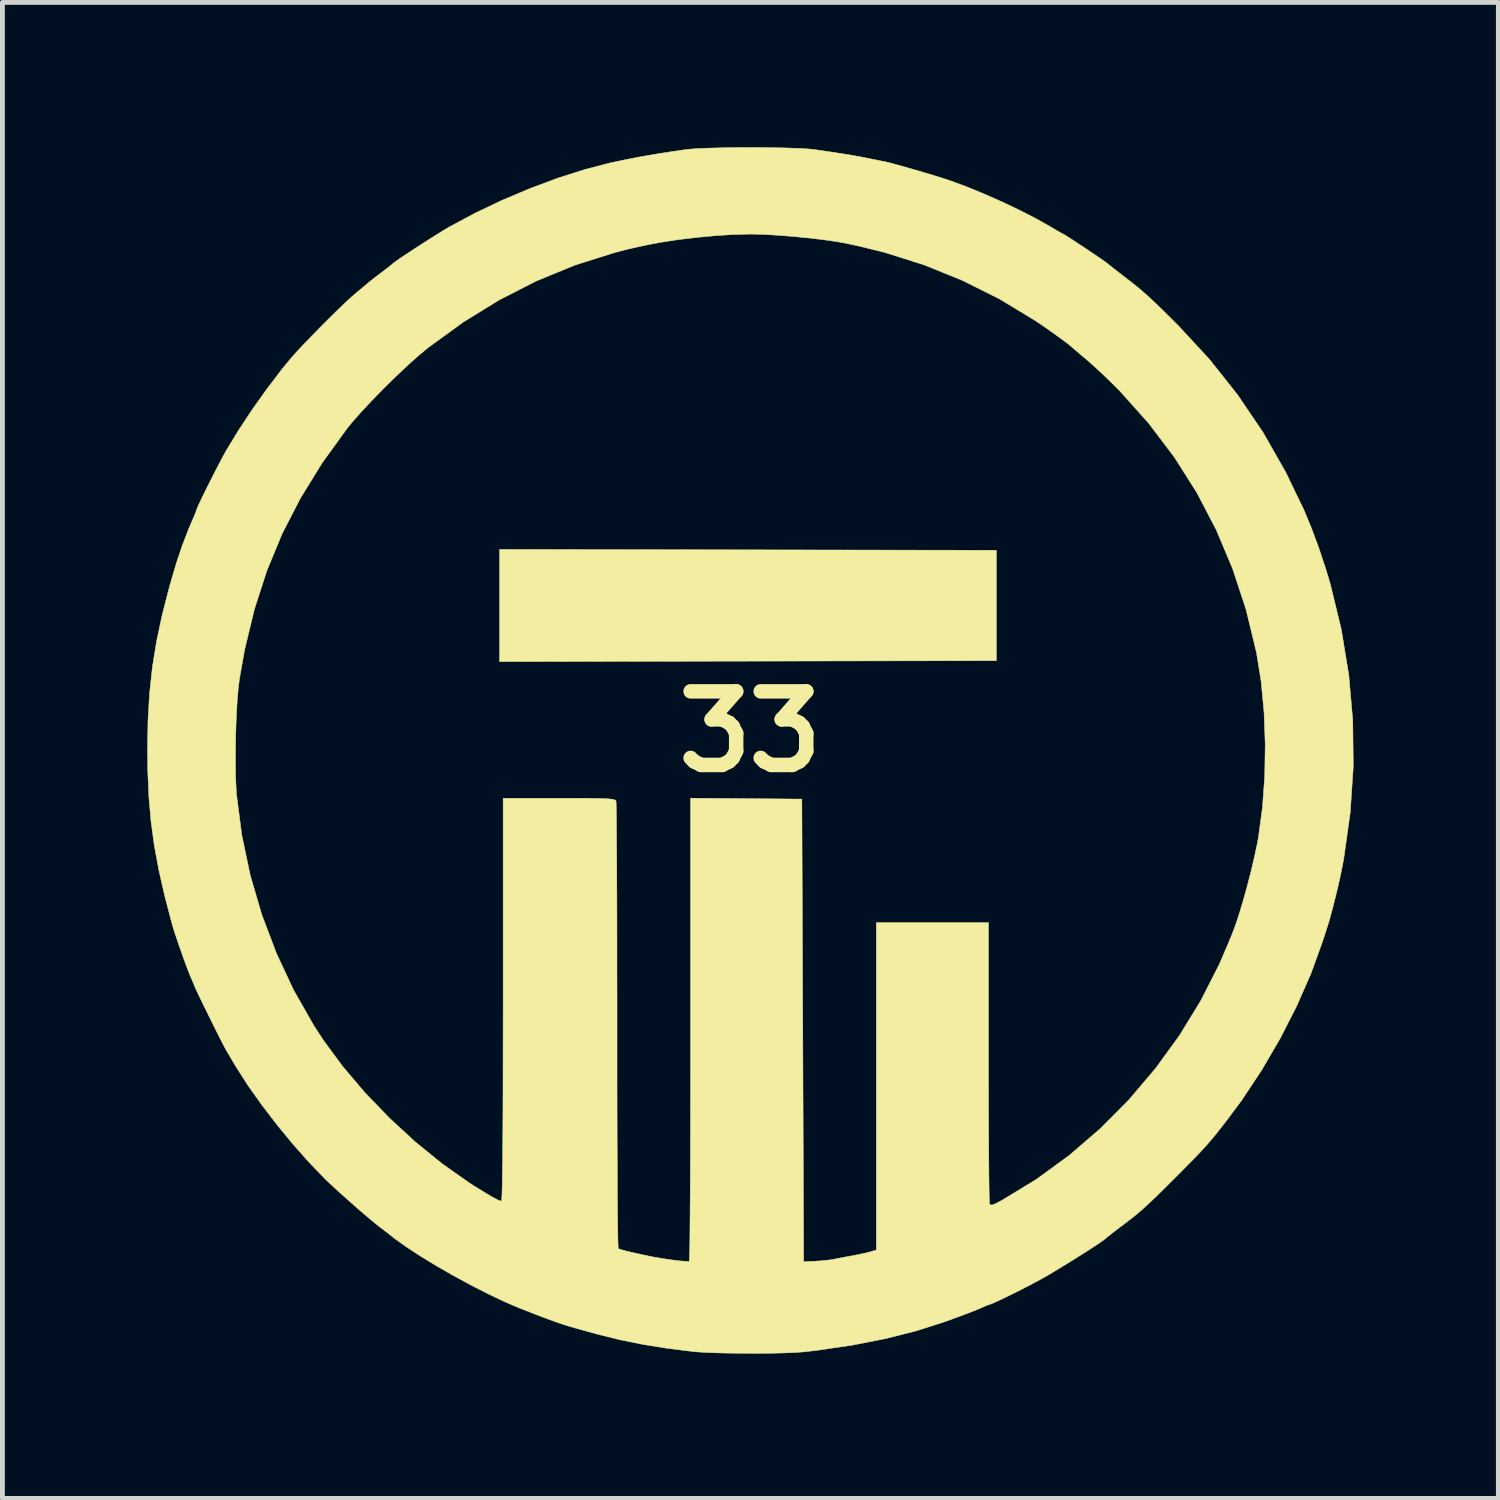
<source format=kicad_pcb>
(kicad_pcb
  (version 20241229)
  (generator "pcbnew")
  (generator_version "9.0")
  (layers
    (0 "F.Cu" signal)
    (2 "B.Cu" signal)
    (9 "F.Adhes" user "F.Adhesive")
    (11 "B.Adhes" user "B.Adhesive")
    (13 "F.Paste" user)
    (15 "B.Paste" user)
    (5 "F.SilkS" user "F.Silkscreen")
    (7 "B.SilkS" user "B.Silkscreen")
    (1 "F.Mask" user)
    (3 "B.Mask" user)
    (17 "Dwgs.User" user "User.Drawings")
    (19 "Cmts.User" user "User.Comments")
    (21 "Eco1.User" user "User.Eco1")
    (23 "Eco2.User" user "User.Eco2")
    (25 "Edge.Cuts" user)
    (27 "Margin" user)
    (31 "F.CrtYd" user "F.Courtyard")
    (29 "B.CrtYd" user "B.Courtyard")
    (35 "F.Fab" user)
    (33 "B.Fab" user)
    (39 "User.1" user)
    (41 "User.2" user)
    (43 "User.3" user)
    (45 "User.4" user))
  (footprint "33"
    (layer "F.Cu")
    (at 12.486 12.102)
    (property "Reference" "33" (at 0 0 0) (layer "F.SilkS") (effects (font (size 1.524 1.524) (thickness 0.3))))
    (attr through_hole)
    (fp_poly (pts (xy 5.098 -3.756) (xy 5.098 -1.47) (xy -5.189 -1.451) (xy -5.189 -3.774) (xy 5.098 -3.756)) (stroke (width 0.01) (type solid)) (fill yes) (layer "F.SilkS"))
    (fp_poly (pts (xy 0.159 -12.097) (xy 0.463 -12.094) (xy 0.747 -12.088) (xy 0.997 -12.079) (xy 1.201 -12.068) (xy 1.343 -12.053) (xy 1.648 -12.008) (xy 1.897 -11.97) (xy 2.106 -11.936) (xy 2.289 -11.903) (xy 2.431 -11.875) (xy 2.576 -11.846) (xy 2.704 -11.82) (xy 2.789 -11.804) (xy 2.794 -11.803) (xy 2.882 -11.782) (xy 3.023 -11.744) (xy 3.202 -11.694) (xy 3.403 -11.637) (xy 3.61 -11.576) (xy 3.808 -11.517) (xy 3.98 -11.463) (xy 4.111 -11.421) (xy 4.118 -11.418) (xy 4.46 -11.293) (xy 4.829 -11.142) (xy 5.208 -10.975) (xy 5.576 -10.8) (xy 5.915 -10.627) (xy 6.205 -10.464) (xy 6.233 -10.447) (xy 6.347 -10.379) (xy 6.435 -10.329) (xy 6.48 -10.306) (xy 6.482 -10.305) (xy 6.516 -10.286) (xy 6.597 -10.235) (xy 6.712 -10.16) (xy 6.849 -10.07) (xy 6.994 -9.974) (xy 7.134 -9.879) (xy 7.257 -9.796) (xy 7.349 -9.732) (xy 7.398 -9.695) (xy 7.402 -9.692) (xy 7.437 -9.662) (xy 7.517 -9.599) (xy 7.629 -9.512) (xy 7.729 -9.435) (xy 7.882 -9.317) (xy 8.016 -9.21) (xy 8.141 -9.105) (xy 8.269 -8.99) (xy 8.41 -8.858) (xy 8.576 -8.696) (xy 8.776 -8.497) (xy 8.872 -8.401) (xy 9.512 -7.709) (xy 10.092 -6.978) (xy 10.616 -6.205) (xy 11.084 -5.385) (xy 11.464 -4.599) (xy 11.621 -4.221) (xy 11.777 -3.8) (xy 11.921 -3.366) (xy 12.014 -3.057) (xy 12.241 -2.12) (xy 12.396 -1.179) (xy 12.479 -0.233) (xy 12.49 0.717) (xy 12.427 1.67) (xy 12.293 2.626) (xy 12.244 2.885) (xy 12.211 3.04) (xy 12.167 3.232) (xy 12.116 3.44) (xy 12.065 3.644) (xy 12.017 3.821) (xy 11.98 3.953) (xy 11.973 3.973) (xy 11.945 4.061) (xy 11.903 4.191) (xy 11.856 4.338) (xy 11.85 4.355) (xy 11.613 5.011) (xy 11.318 5.682) (xy 10.975 6.354) (xy 10.592 7.01) (xy 10.177 7.636) (xy 9.861 8.06) (xy 9.734 8.223) (xy 9.628 8.356) (xy 9.533 8.47) (xy 9.44 8.577) (xy 9.339 8.688) (xy 9.22 8.812) (xy 9.073 8.962) (xy 8.889 9.147) (xy 8.8 9.236) (xy 8.587 9.449) (xy 8.414 9.62) (xy 8.27 9.757) (xy 8.146 9.871) (xy 8.031 9.972) (xy 7.913 10.067) (xy 7.783 10.168) (xy 7.656 10.264) (xy 7.536 10.355) (xy 7.438 10.431) (xy 7.378 10.48) (xy 7.366 10.491) (xy 7.322 10.527) (xy 7.227 10.593) (xy 7.092 10.683) (xy 6.927 10.789) (xy 6.744 10.904) (xy 6.554 11.022) (xy 6.368 11.136) (xy 6.196 11.239) (xy 6.05 11.323) (xy 6.005 11.348) (xy 5.853 11.429) (xy 5.682 11.518) (xy 5.503 11.609) (xy 5.33 11.694) (xy 5.175 11.769) (xy 5.051 11.826) (xy 4.971 11.859) (xy 4.949 11.865) (xy 4.91 11.879) (xy 4.828 11.913) (xy 4.78 11.934) (xy 4.685 11.975) (xy 4.569 12.021) (xy 4.421 12.077) (xy 4.228 12.148) (xy 4.019 12.224) (xy 3.442 12.409) (xy 2.805 12.57) (xy 2.118 12.705) (xy 1.39 12.812) (xy 1.118 12.844) (xy 0.952 12.856) (xy 0.729 12.866) (xy 0.464 12.872) (xy 0.174 12.875) (xy -0.127 12.874) (xy -0.424 12.871) (xy -0.7 12.865) (xy -0.94 12.855) (xy -1.129 12.843) (xy -1.179 12.838) (xy -1.719 12.771) (xy -2.212 12.692) (xy -2.683 12.597) (xy -3.159 12.48) (xy -3.411 12.41) (xy -3.558 12.369) (xy -3.692 12.331) (xy -3.786 12.304) (xy -3.792 12.302) (xy -3.896 12.269) (xy -4.053 12.214) (xy -4.249 12.142) (xy -4.469 12.058) (xy -4.699 11.968) (xy -4.772 11.94) (xy -5.08 11.808) (xy -5.42 11.647) (xy -5.777 11.465) (xy -6.138 11.269) (xy -6.491 11.067) (xy -6.821 10.866) (xy -7.115 10.674) (xy -7.361 10.499) (xy -7.441 10.435) (xy -7.534 10.362) (xy -7.641 10.28) (xy -7.657 10.269) (xy -7.759 10.188) (xy -7.901 10.07) (xy -8.07 9.926) (xy -8.251 9.767) (xy -8.432 9.606) (xy -8.6 9.455) (xy -8.74 9.324) (xy -8.782 9.284) (xy -9.113 8.943) (xy -9.455 8.559) (xy -9.794 8.148) (xy -10.116 7.727) (xy -10.409 7.314) (xy -10.658 6.924) (xy -10.686 6.876) (xy -10.759 6.753) (xy -10.827 6.638) (xy -10.858 6.586) (xy -10.894 6.518) (xy -10.955 6.4) (xy -11.034 6.244) (xy -11.124 6.064) (xy -11.217 5.874) (xy -11.308 5.689) (xy -11.389 5.522) (xy -11.454 5.387) (xy -11.495 5.298) (xy -11.502 5.28) (xy -11.536 5.197) (xy -11.581 5.092) (xy -11.587 5.08) (xy -11.638 4.952) (xy -11.704 4.777) (xy -11.777 4.574) (xy -11.849 4.366) (xy -11.913 4.174) (xy -11.962 4.02) (xy -11.975 3.973) (xy -12.127 3.393) (xy -12.248 2.859) (xy -12.341 2.355) (xy -12.408 1.862) (xy -12.452 1.362) (xy -12.475 0.838) (xy -12.477 0.707) (xy -10.66 0.707) (xy -10.654 1.005) (xy -10.641 1.259) (xy -10.637 1.306) (xy -10.529 2.141) (xy -10.354 2.973) (xy -10.114 3.792) (xy -9.812 4.59) (xy -9.453 5.357) (xy -9.038 6.085) (xy -8.843 6.386) (xy -8.439 6.934) (xy -7.978 7.477) (xy -7.472 8.002) (xy -6.934 8.498) (xy -6.377 8.95) (xy -5.816 9.346) (xy -5.687 9.428) (xy -5.475 9.558) (xy -5.318 9.65) (xy -5.213 9.704) (xy -5.155 9.724) (xy -5.151 9.725) (xy -5.146 9.689) (xy -5.14 9.581) (xy -5.135 9.405) (xy -5.131 9.159) (xy -5.127 8.848) (xy -5.124 8.47) (xy -5.121 8.029) (xy -5.119 7.526) (xy -5.118 6.962) (xy -5.117 6.338) (xy -5.116 5.656) (xy -5.116 5.552) (xy -5.116 1.379) (xy -3.959 1.379) (xy -3.636 1.379) (xy -3.378 1.38) (xy -3.178 1.383) (xy -3.029 1.387) (xy -2.922 1.393) (xy -2.851 1.401) (xy -2.808 1.412) (xy -2.786 1.426) (xy -2.779 1.438) (xy -2.776 1.481) (xy -2.774 1.592) (xy -2.771 1.767) (xy -2.769 2.001) (xy -2.767 2.29) (xy -2.765 2.63) (xy -2.763 3.016) (xy -2.761 3.444) (xy -2.76 3.91) (xy -2.759 4.408) (xy -2.759 4.935) (xy -2.758 5.487) (xy -2.758 6.058) (xy -2.758 6.088) (xy -2.758 6.66) (xy -2.758 7.211) (xy -2.757 7.738) (xy -2.756 8.236) (xy -2.754 8.701) (xy -2.752 9.128) (xy -2.75 9.513) (xy -2.748 9.853) (xy -2.745 10.141) (xy -2.742 10.375) (xy -2.739 10.55) (xy -2.735 10.661) (xy -2.732 10.704) (xy -2.732 10.704) (xy -2.706 10.717) (xy -2.652 10.734) (xy -2.561 10.758) (xy -2.42 10.791) (xy -2.221 10.835) (xy -2.159 10.848) (xy -1.991 10.882) (xy -1.809 10.913) (xy -1.631 10.939) (xy -1.471 10.959) (xy -1.346 10.969) (xy -1.271 10.969) (xy -1.261 10.967) (xy -1.258 10.929) (xy -1.254 10.824) (xy -1.251 10.654) (xy -1.248 10.425) (xy -1.246 10.14) (xy -1.243 9.804) (xy -1.241 9.42) (xy -1.239 8.994) (xy -1.237 8.529) (xy -1.236 8.03) (xy -1.235 7.5) (xy -1.234 6.945) (xy -1.234 6.368) (xy -1.234 6.166) (xy -1.234 1.378) (xy -0.082 1.387) (xy 1.07 1.397) (xy 1.089 6.187) (xy 1.107 10.976) (xy 1.343 10.967) (xy 1.499 10.956) (xy 1.654 10.939) (xy 1.742 10.924) (xy 1.869 10.899) (xy 2.027 10.869) (xy 2.141 10.849) (xy 2.285 10.82) (xy 2.418 10.791) (xy 2.495 10.77) (xy 2.613 10.735) (xy 2.613 3.955) (xy 4.935 3.955) (xy 4.935 6.837) (xy 4.935 7.289) (xy 4.936 7.72) (xy 4.937 8.126) (xy 4.939 8.5) (xy 4.941 8.837) (xy 4.943 9.132) (xy 4.946 9.378) (xy 4.949 9.57) (xy 4.953 9.702) (xy 4.956 9.77) (xy 4.957 9.777) (xy 4.977 9.802) (xy 5.019 9.801) (xy 5.094 9.769) (xy 5.218 9.703) (xy 5.22 9.702) (xy 5.929 9.27) (xy 6.606 8.776) (xy 7.245 8.226) (xy 7.842 7.625) (xy 8.392 6.978) (xy 8.891 6.291) (xy 9.333 5.569) (xy 9.715 4.818) (xy 9.91 4.363) (xy 9.952 4.26) (xy 9.977 4.2) (xy 10.047 4.017) (xy 10.126 3.779) (xy 10.209 3.502) (xy 10.293 3.2) (xy 10.372 2.892) (xy 10.443 2.592) (xy 10.502 2.316) (xy 10.527 2.177) (xy 10.609 1.568) (xy 10.656 0.923) (xy 10.666 0.261) (xy 10.642 -0.398) (xy 10.582 -1.034) (xy 10.487 -1.627) (xy 10.482 -1.651) (xy 10.269 -2.529) (xy 9.992 -3.371) (xy 9.653 -4.177) (xy 9.251 -4.948) (xy 8.785 -5.683) (xy 8.257 -6.381) (xy 7.666 -7.043) (xy 7.657 -7.052) (xy 7.49 -7.22) (xy 7.309 -7.395) (xy 7.133 -7.558) (xy 6.984 -7.691) (xy 6.967 -7.705) (xy 6.841 -7.811) (xy 6.737 -7.9) (xy 6.665 -7.961) (xy 6.64 -7.983) (xy 6.585 -8.029) (xy 6.484 -8.105) (xy 6.35 -8.203) (xy 6.196 -8.312) (xy 6.037 -8.423) (xy 5.896 -8.517) (xy 5.167 -8.959) (xy 4.397 -9.344) (xy 3.597 -9.668) (xy 2.776 -9.927) (xy 2.268 -10.052) (xy 2.143 -10.079) (xy 2.027 -10.104) (xy 2.014 -10.107) (xy 1.799 -10.147) (xy 1.53 -10.186) (xy 1.226 -10.222) (xy 0.905 -10.254) (xy 0.587 -10.279) (xy 0.29 -10.297) (xy 0.033 -10.304) (xy 0 -10.304) (xy -0.334 -10.296) (xy -0.712 -10.272) (xy -1.109 -10.235) (xy -1.5 -10.188) (xy -1.862 -10.132) (xy -2.105 -10.086) (xy -2.298 -10.045) (xy -2.443 -10.013) (xy -2.564 -9.984) (xy -2.685 -9.953) (xy -2.827 -9.915) (xy -2.83 -9.914) (xy -3.636 -9.659) (xy -4.425 -9.335) (xy -5.195 -8.942) (xy -5.942 -8.482) (xy -6.664 -7.957) (xy -6.681 -7.944) (xy -6.878 -7.78) (xy -7.105 -7.576) (xy -7.35 -7.344) (xy -7.599 -7.099) (xy -7.84 -6.852) (xy -8.06 -6.616) (xy -8.247 -6.405) (xy -8.352 -6.275) (xy -8.866 -5.563) (xy -9.312 -4.84) (xy -9.693 -4.099) (xy -10.01 -3.332) (xy -10.268 -2.534) (xy -10.47 -1.696) (xy -10.578 -1.089) (xy -10.604 -0.873) (xy -10.626 -0.601) (xy -10.643 -0.29) (xy -10.654 0.042) (xy -10.66 0.38) (xy -10.66 0.707) (xy -12.477 0.707) (xy -12.481 0.381) (xy -12.471 -0.233) (xy -12.438 -0.798) (xy -12.38 -1.336) (xy -12.294 -1.869) (xy -12.177 -2.418) (xy -12.026 -3.004) (xy -12.003 -3.084) (xy -11.881 -3.498) (xy -11.758 -3.863) (xy -11.628 -4.2) (xy -11.535 -4.417) (xy -11.494 -4.513) (xy -11.47 -4.578) (xy -11.466 -4.591) (xy -11.45 -4.635) (xy -11.407 -4.731) (xy -11.342 -4.867) (xy -11.262 -5.03) (xy -11.172 -5.209) (xy -11.08 -5.39) (xy -10.99 -5.563) (xy -10.91 -5.714) (xy -10.845 -5.831) (xy -10.843 -5.834) (xy -10.597 -6.239) (xy -10.314 -6.667) (xy -10.011 -7.093) (xy -9.707 -7.493) (xy -9.526 -7.714) (xy -9.418 -7.837) (xy -9.272 -7.994) (xy -9.1 -8.173) (xy -8.913 -8.365) (xy -8.722 -8.556) (xy -8.539 -8.736) (xy -8.375 -8.893) (xy -8.242 -9.015) (xy -8.177 -9.071) (xy -8.068 -9.162) (xy -7.974 -9.24) (xy -7.917 -9.289) (xy -7.858 -9.337) (xy -7.761 -9.413) (xy -7.647 -9.5) (xy -7.638 -9.507) (xy -7.531 -9.588) (xy -7.447 -9.653) (xy -7.404 -9.689) (xy -7.402 -9.691) (xy -7.36 -9.725) (xy -7.268 -9.79) (xy -7.138 -9.877) (xy -6.982 -9.98) (xy -6.811 -10.091) (xy -6.638 -10.202) (xy -6.474 -10.305) (xy -6.331 -10.393) (xy -6.223 -10.457) (xy -5.698 -10.738) (xy -5.139 -11.004) (xy -4.563 -11.247) (xy -3.988 -11.462) (xy -3.43 -11.64) (xy -2.905 -11.777) (xy -2.83 -11.793) (xy -2.575 -11.847) (xy -2.344 -11.892) (xy -2.118 -11.933) (xy -1.877 -11.973) (xy -1.6 -12.016) (xy -1.343 -12.053) (xy -1.196 -12.068) (xy -0.991 -12.08) (xy -0.739 -12.088) (xy -0.455 -12.094) (xy -0.151 -12.097) (xy 0.159 -12.097)) (stroke (width 0.01) (type solid)) (fill yes) (layer "F.SilkS")))
  (gr_rect
    (start -3 -3)
    (end 27.98 27.982)
    (stroke (width 0.1) (type default))
    (fill no)
    (layer "Edge.Cuts")))
</source>
